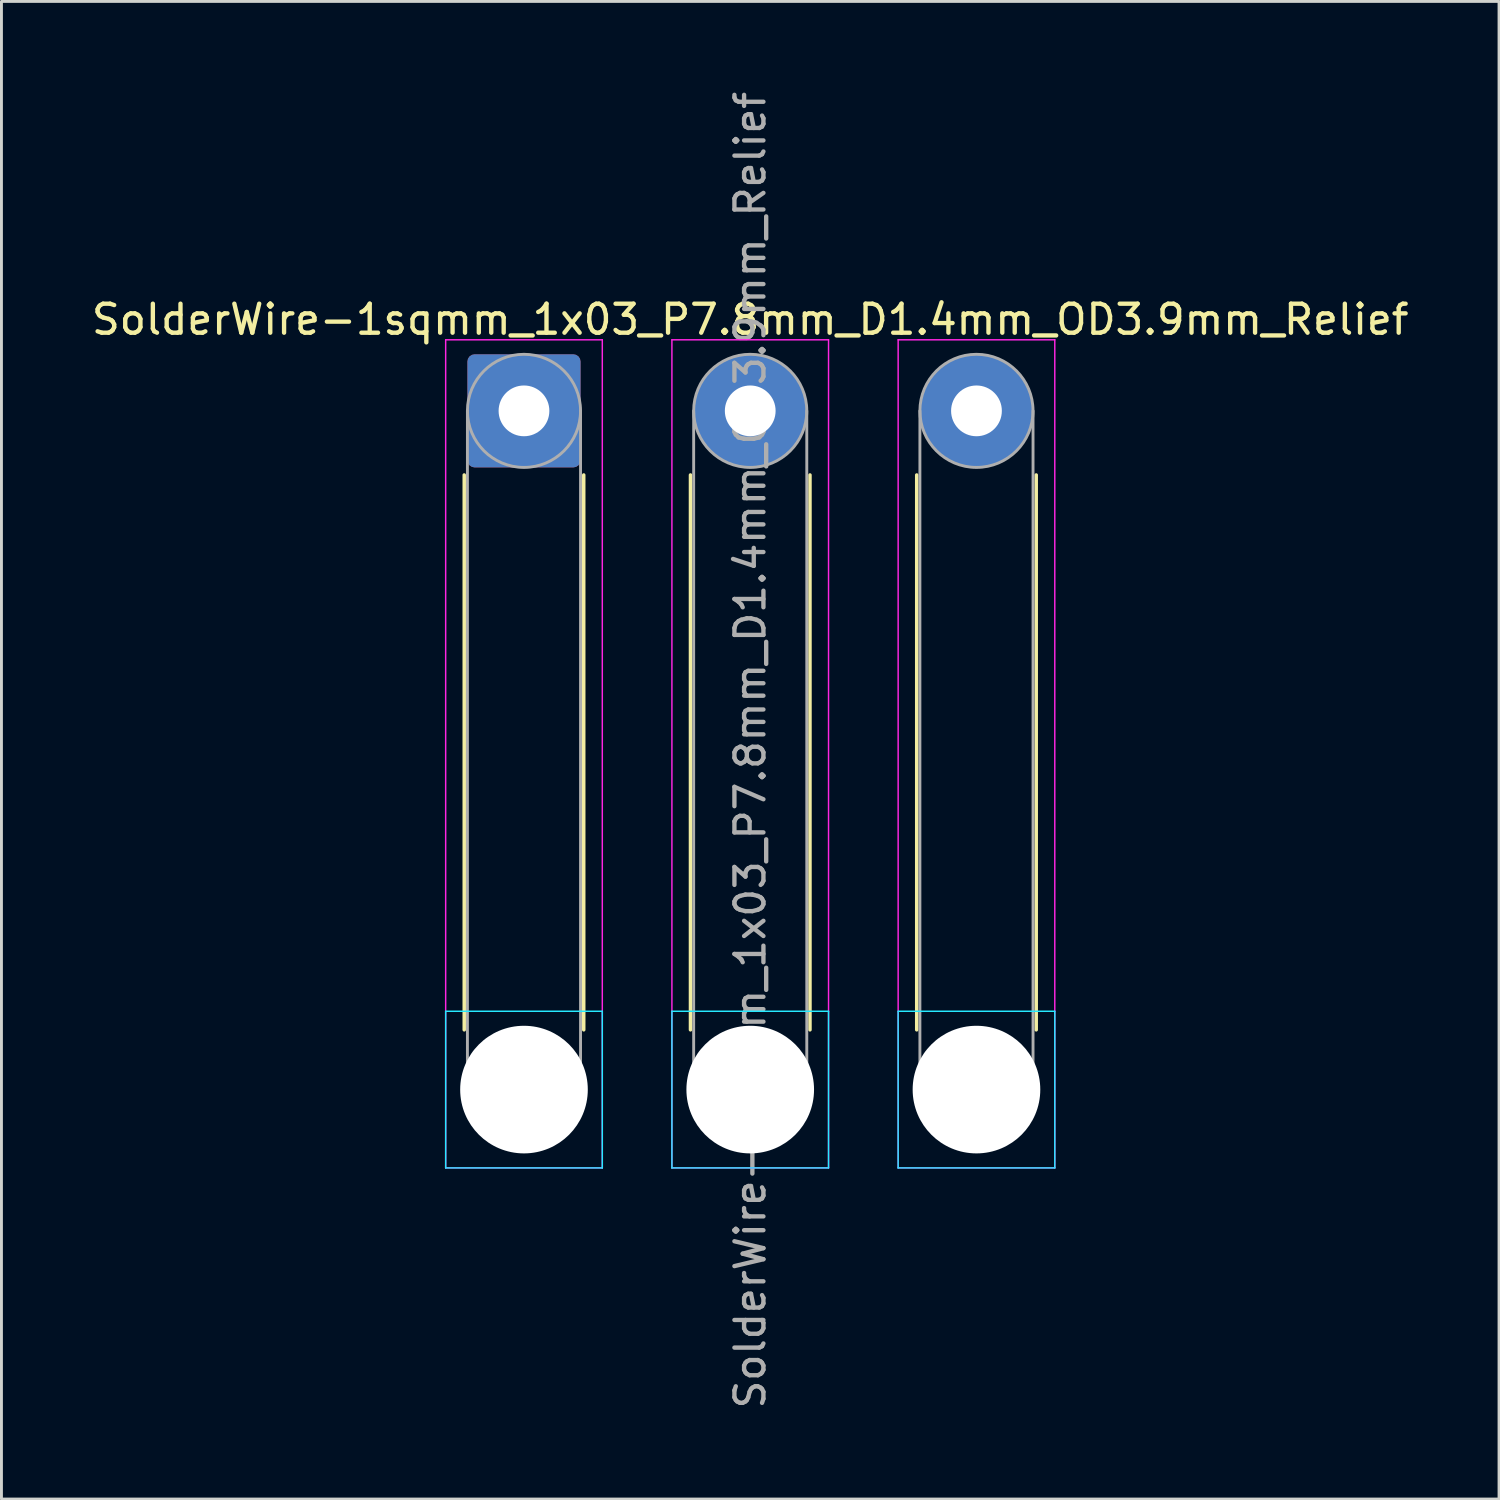
<source format=kicad_pcb>
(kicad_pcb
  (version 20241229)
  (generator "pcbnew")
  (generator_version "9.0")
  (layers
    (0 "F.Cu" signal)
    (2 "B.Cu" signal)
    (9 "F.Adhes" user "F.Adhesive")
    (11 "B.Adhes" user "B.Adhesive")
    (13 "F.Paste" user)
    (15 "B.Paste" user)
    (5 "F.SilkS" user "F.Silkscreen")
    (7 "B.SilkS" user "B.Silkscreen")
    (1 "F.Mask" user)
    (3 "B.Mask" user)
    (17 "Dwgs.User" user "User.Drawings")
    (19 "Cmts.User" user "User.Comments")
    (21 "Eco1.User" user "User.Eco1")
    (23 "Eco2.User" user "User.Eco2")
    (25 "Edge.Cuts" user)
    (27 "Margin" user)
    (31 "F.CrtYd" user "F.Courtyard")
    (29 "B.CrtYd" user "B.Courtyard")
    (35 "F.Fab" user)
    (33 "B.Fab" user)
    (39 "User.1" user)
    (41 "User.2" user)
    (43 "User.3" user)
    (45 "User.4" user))
  (footprint "SolderWire-1sqmm_1x03_P7.8mm_D1.4mm_OD3.9mm_Relief"
    (layer "F.Cu")
    (at 15.015 11.115)
    (property "Reference" "SolderWire-1sqmm_1x03_P7.8mm_D1.4mm_OD3.9mm_Relief" (at 7.8 -3.15 0) (layer "F.SilkS") (effects (font (size 1 1) (thickness 0.15))))
    (attr exclude_from_pos_files exclude_from_bom)
    (fp_line (start -2.06 2.21) (end -2.06 21.34) (stroke (width 0.12) (type solid)) (layer "F.SilkS"))
    (fp_line (start 2.06 2.21) (end 2.06 21.34) (stroke (width 0.12) (type solid)) (layer "F.SilkS"))
    (fp_line (start 5.74 2.21) (end 5.74 21.34) (stroke (width 0.12) (type solid)) (layer "F.SilkS"))
    (fp_line (start 9.86 2.21) (end 9.86 21.34) (stroke (width 0.12) (type solid)) (layer "F.SilkS"))
    (fp_line (start 13.54 2.21) (end 13.54 21.34) (stroke (width 0.12) (type solid)) (layer "F.SilkS"))
    (fp_line (start 17.66 2.21) (end 17.66 21.34) (stroke (width 0.12) (type solid)) (layer "F.SilkS"))
    (fp_line (start -2.7 20.7) (end -2.7 26.1) (stroke (width 0.05) (type solid)) (layer "B.CrtYd"))
    (fp_line (start -2.7 26.1) (end 2.7 26.1) (stroke (width 0.05) (type solid)) (layer "B.CrtYd"))
    (fp_line (start 2.7 20.7) (end -2.7 20.7) (stroke (width 0.05) (type solid)) (layer "B.CrtYd"))
    (fp_line (start 2.7 26.1) (end 2.7 20.7) (stroke (width 0.05) (type solid)) (layer "B.CrtYd"))
    (fp_line (start 5.1 20.7) (end 5.1 26.1) (stroke (width 0.05) (type solid)) (layer "B.CrtYd"))
    (fp_line (start 5.1 26.1) (end 10.5 26.1) (stroke (width 0.05) (type solid)) (layer "B.CrtYd"))
    (fp_line (start 10.5 20.7) (end 5.1 20.7) (stroke (width 0.05) (type solid)) (layer "B.CrtYd"))
    (fp_line (start 10.5 26.1) (end 10.5 20.7) (stroke (width 0.05) (type solid)) (layer "B.CrtYd"))
    (fp_line (start 12.9 20.7) (end 12.9 26.1) (stroke (width 0.05) (type solid)) (layer "B.CrtYd"))
    (fp_line (start 12.9 26.1) (end 18.3 26.1) (stroke (width 0.05) (type solid)) (layer "B.CrtYd"))
    (fp_line (start 18.3 20.7) (end 12.9 20.7) (stroke (width 0.05) (type solid)) (layer "B.CrtYd"))
    (fp_line (start 18.3 26.1) (end 18.3 20.7) (stroke (width 0.05) (type solid)) (layer "B.CrtYd"))
    (fp_line (start -2.7 -2.45) (end -2.7 26.1) (stroke (width 0.05) (type solid)) (layer "F.CrtYd"))
    (fp_line (start -2.7 26.1) (end 2.7 26.1) (stroke (width 0.05) (type solid)) (layer "F.CrtYd"))
    (fp_line (start 2.7 -2.45) (end -2.7 -2.45) (stroke (width 0.05) (type solid)) (layer "F.CrtYd"))
    (fp_line (start 2.7 26.1) (end 2.7 -2.45) (stroke (width 0.05) (type solid)) (layer "F.CrtYd"))
    (fp_line (start 5.1 -2.45) (end 5.1 26.1) (stroke (width 0.05) (type solid)) (layer "F.CrtYd"))
    (fp_line (start 5.1 26.1) (end 10.5 26.1) (stroke (width 0.05) (type solid)) (layer "F.CrtYd"))
    (fp_line (start 10.5 -2.45) (end 5.1 -2.45) (stroke (width 0.05) (type solid)) (layer "F.CrtYd"))
    (fp_line (start 10.5 26.1) (end 10.5 -2.45) (stroke (width 0.05) (type solid)) (layer "F.CrtYd"))
    (fp_line (start 12.9 -2.45) (end 12.9 26.1) (stroke (width 0.05) (type solid)) (layer "F.CrtYd"))
    (fp_line (start 12.9 26.1) (end 18.3 26.1) (stroke (width 0.05) (type solid)) (layer "F.CrtYd"))
    (fp_line (start 18.3 -2.45) (end 12.9 -2.45) (stroke (width 0.05) (type solid)) (layer "F.CrtYd"))
    (fp_line (start 18.3 26.1) (end 18.3 -2.45) (stroke (width 0.05) (type solid)) (layer "F.CrtYd"))
    (fp_line (start -1.95 0) (end -1.95 23.4) (stroke (width 0.1) (type solid)) (layer "F.Fab"))
    (fp_line (start 1.95 0) (end 1.95 23.4) (stroke (width 0.1) (type solid)) (layer "F.Fab"))
    (fp_line (start 5.85 0) (end 5.85 23.4) (stroke (width 0.1) (type solid)) (layer "F.Fab"))
    (fp_line (start 9.75 0) (end 9.75 23.4) (stroke (width 0.1) (type solid)) (layer "F.Fab"))
    (fp_line (start 13.65 0) (end 13.65 23.4) (stroke (width 0.1) (type solid)) (layer "F.Fab"))
    (fp_line (start 17.55 0) (end 17.55 23.4) (stroke (width 0.1) (type solid)) (layer "F.Fab"))
    (fp_circle (center 0 0) (end 1.95 0) (stroke (width 0.1) (type solid)) (fill no) (layer "F.Fab"))
    (fp_circle (center 0 23.4) (end 1.95 23.4) (stroke (width 0.1) (type solid)) (fill no) (layer "F.Fab"))
    (fp_circle (center 7.8 0) (end 9.75 0) (stroke (width 0.1) (type solid)) (fill no) (layer "F.Fab"))
    (fp_circle (center 7.8 23.4) (end 9.75 23.4) (stroke (width 0.1) (type solid)) (fill no) (layer "F.Fab"))
    (fp_circle (center 15.6 0) (end 17.55 0) (stroke (width 0.1) (type solid)) (fill no) (layer "F.Fab"))
    (fp_circle (center 15.6 23.4) (end 17.55 23.4) (stroke (width 0.1) (type solid)) (fill no) (layer "F.Fab"))
    (fp_text user "${REFERENCE}" (at 7.8 11.7 90) (layer "F.Fab") (effects (font (size 1 1) (thickness 0.15))))
    (pad "" np_thru_hole circle (at 0 23.4) (size 4.4 4.4) (drill 4.4) (layers "*.Cu" "*.Mask"))
    (pad "" np_thru_hole circle (at 7.8 23.4) (size 4.4 4.4) (drill 4.4) (layers "*.Cu" "*.Mask"))
    (pad "" np_thru_hole circle (at 15.6 23.4) (size 4.4 4.4) (drill 4.4) (layers "*.Cu" "*.Mask"))
    (pad "1" thru_hole roundrect (at 0 0) (size 3.9 3.9) (drill 1.75) (layers "*.Cu" "*.Mask") (roundrect_rratio 0.064))
    (pad "2" thru_hole circle (at 7.8 0) (size 3.9 3.9) (drill 1.75) (layers "*.Cu" "*.Mask"))
    (pad "3" thru_hole circle (at 15.6 0) (size 3.9 3.9) (drill 1.75) (layers "*.Cu" "*.Mask")))
  (gr_rect
    (start -3 -3)
    (end 48.631 48.631)
    (stroke (width 0.1) (type default))
    (fill no)
    (layer "Edge.Cuts")))
</source>
